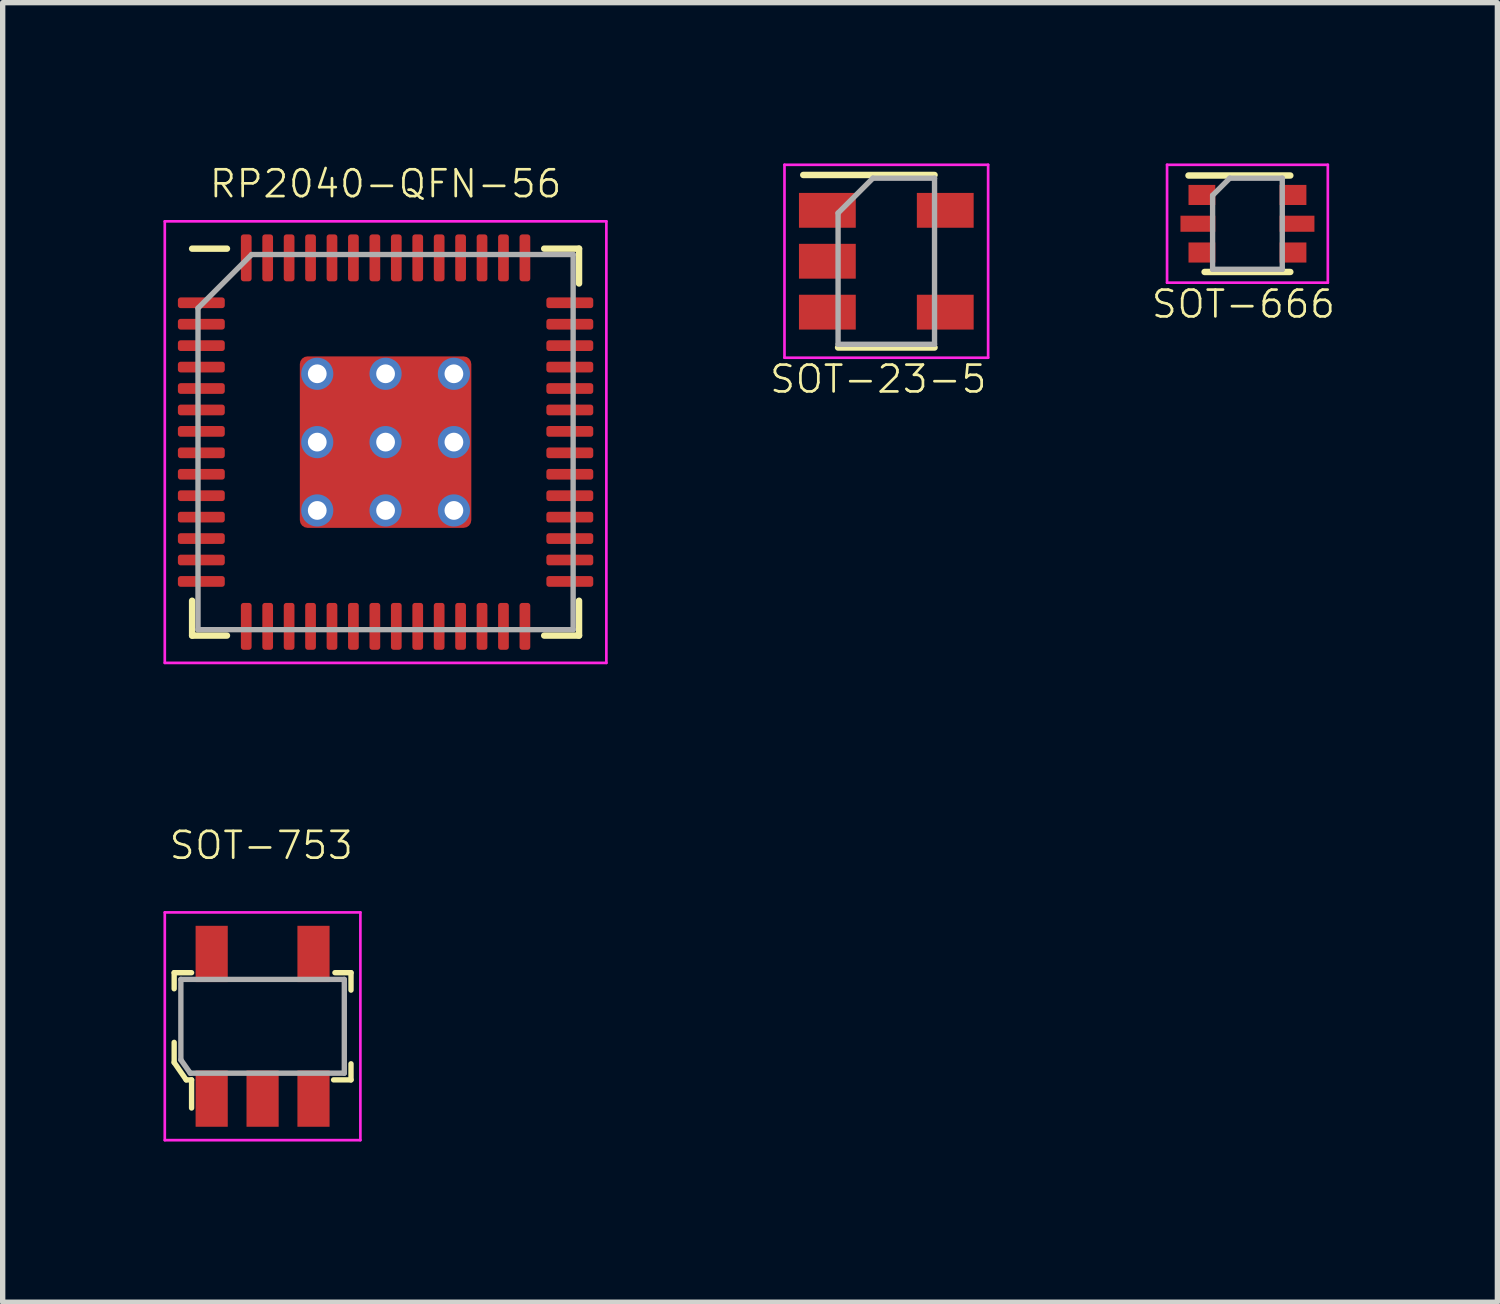
<source format=kicad_pcb>
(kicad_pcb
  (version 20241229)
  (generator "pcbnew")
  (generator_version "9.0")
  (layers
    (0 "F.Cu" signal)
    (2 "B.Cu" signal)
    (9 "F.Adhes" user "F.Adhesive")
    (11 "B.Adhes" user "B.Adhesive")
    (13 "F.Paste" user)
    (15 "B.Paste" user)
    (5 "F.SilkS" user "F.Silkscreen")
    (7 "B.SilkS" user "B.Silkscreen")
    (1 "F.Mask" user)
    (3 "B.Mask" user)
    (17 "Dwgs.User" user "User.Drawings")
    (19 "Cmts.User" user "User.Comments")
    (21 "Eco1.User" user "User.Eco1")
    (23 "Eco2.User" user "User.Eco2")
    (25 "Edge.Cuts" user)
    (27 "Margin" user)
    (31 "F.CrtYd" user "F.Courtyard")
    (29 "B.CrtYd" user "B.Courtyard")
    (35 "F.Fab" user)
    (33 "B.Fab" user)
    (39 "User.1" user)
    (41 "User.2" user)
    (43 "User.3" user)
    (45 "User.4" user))
  (footprint "SOT-666"
    (layer "F.Cu")
    (at 20.228 1.125)
    (property "Reference" "SOT-666" (at -0.075 1.5 0) (layer "F.SilkS") (effects (font (size 0.5 0.5) (thickness 0.05))))
    (attr smd)
    (fp_line (start -0.8 0.9) (end 0.8 0.9) (stroke (width 0.12) (type solid)) (layer "F.SilkS"))
    (fp_line (start 0.8 -0.9) (end -1.1 -0.9) (stroke (width 0.12) (type solid)) (layer "F.SilkS"))
    (fp_line (start -1.5 -1.1) (end -1.5 1.1) (stroke (width 0.05) (type solid)) (layer "F.CrtYd"))
    (fp_line (start -1.5 -1.1) (end 1.5 -1.1) (stroke (width 0.05) (type solid)) (layer "F.CrtYd"))
    (fp_line (start -1.5 1.1) (end 1.5 1.1) (stroke (width 0.05) (type solid)) (layer "F.CrtYd"))
    (fp_line (start 1.5 1.1) (end 1.5 -1.1) (stroke (width 0.05) (type solid)) (layer "F.CrtYd"))
    (fp_line (start -0.65 -0.53) (end -0.65 0.85) (stroke (width 0.1) (type solid)) (layer "F.Fab"))
    (fp_line (start -0.65 -0.53) (end -0.33 -0.85) (stroke (width 0.1) (type solid)) (layer "F.Fab"))
    (fp_line (start 0.65 -0.85) (end -0.33 -0.85) (stroke (width 0.1) (type solid)) (layer "F.Fab"))
    (fp_line (start 0.65 -0.85) (end 0.65 0.85) (stroke (width 0.1) (type solid)) (layer "F.Fab"))
    (fp_line (start 0.65 0.85) (end -0.65 0.85) (stroke (width 0.1) (type solid)) (layer "F.Fab"))
    (pad "1" smd rect (at -0.85 -0.537) (size 0.5 0.375) (layers "F.Cu" "F.Mask" "F.Paste"))
    (pad "2" smd rect (at -0.925 0) (size 0.65 0.3) (layers "F.Cu" "F.Mask" "F.Paste"))
    (pad "3" smd rect (at -0.85 0.537) (size 0.5 0.375) (layers "F.Cu" "F.Mask" "F.Paste"))
    (pad "4" smd rect (at 0.85 0.537) (size 0.5 0.375) (layers "F.Cu" "F.Mask" "F.Paste"))
    (pad "5" smd rect (at 0.925 0) (size 0.65 0.3) (layers "F.Cu" "F.Mask" "F.Paste"))
    (pad "6" smd rect (at 0.85 -0.537) (size 0.5 0.375) (layers "F.Cu" "F.Mask" "F.Paste")))
  (footprint "RP2040-QFN-56"
    (layer "F.Cu")
    (at 4.145 5.2)
    (property "Reference" "RP2040-QFN-56" (at 0 -4.82 0) (layer "F.SilkS") (effects (font (size 0.5 0.5) (thickness 0.05))))
    (attr smd)
    (fp_line (start -3.61 3.61) (end -3.61 2.96) (stroke (width 0.12) (type solid)) (layer "F.SilkS"))
    (fp_line (start -2.96 -3.61) (end -3.61 -3.61) (stroke (width 0.12) (type solid)) (layer "F.SilkS"))
    (fp_line (start -2.96 3.61) (end -3.61 3.61) (stroke (width 0.12) (type solid)) (layer "F.SilkS"))
    (fp_line (start 2.96 -3.61) (end 3.61 -3.61) (stroke (width 0.12) (type solid)) (layer "F.SilkS"))
    (fp_line (start 2.96 3.61) (end 3.61 3.61) (stroke (width 0.12) (type solid)) (layer "F.SilkS"))
    (fp_line (start 3.61 -3.61) (end 3.61 -2.96) (stroke (width 0.12) (type solid)) (layer "F.SilkS"))
    (fp_line (start 3.61 3.61) (end 3.61 2.96) (stroke (width 0.12) (type solid)) (layer "F.SilkS"))
    (fp_line (start -4.12 -4.12) (end -4.12 4.12) (stroke (width 0.05) (type solid)) (layer "F.CrtYd"))
    (fp_line (start -4.12 4.12) (end 4.12 4.12) (stroke (width 0.05) (type solid)) (layer "F.CrtYd"))
    (fp_line (start 4.12 -4.12) (end -4.12 -4.12) (stroke (width 0.05) (type solid)) (layer "F.CrtYd"))
    (fp_line (start 4.12 4.12) (end 4.12 -4.12) (stroke (width 0.05) (type solid)) (layer "F.CrtYd"))
    (fp_line (start -3.5 -2.5) (end -2.5 -3.5) (stroke (width 0.1) (type solid)) (layer "F.Fab"))
    (fp_line (start -3.5 3.5) (end -3.5 -2.5) (stroke (width 0.1) (type solid)) (layer "F.Fab"))
    (fp_line (start -2.5 -3.5) (end 3.5 -3.5) (stroke (width 0.1) (type solid)) (layer "F.Fab"))
    (fp_line (start 3.5 -3.5) (end 3.5 3.5) (stroke (width 0.1) (type solid)) (layer "F.Fab"))
    (fp_line (start 3.5 3.5) (end -3.5 3.5) (stroke (width 0.1) (type solid)) (layer "F.Fab"))
    (pad "" smd roundrect (at -0.637 -0.637) (size 1.084 1.084) (layers "F.Paste") (roundrect_rratio 0.231))
    (pad "" smd roundrect (at -0.637 0.637) (size 1.084 1.084) (layers "F.Paste") (roundrect_rratio 0.231))
    (pad "" smd roundrect (at 0.637 -0.637) (size 1.084 1.084) (layers "F.Paste") (roundrect_rratio 0.231))
    (pad "" smd roundrect (at 0.637 0.637) (size 1.084 1.084) (layers "F.Paste") (roundrect_rratio 0.231))
    (pad "1" smd roundrect (at -3.438 -2.6) (size 0.875 0.2) (layers "F.Cu" "F.Mask" "F.Paste") (roundrect_rratio 0.25))
    (pad "2" smd roundrect (at -3.438 -2.2) (size 0.875 0.2) (layers "F.Cu" "F.Mask" "F.Paste") (roundrect_rratio 0.25))
    (pad "3" smd roundrect (at -3.438 -1.8) (size 0.875 0.2) (layers "F.Cu" "F.Mask" "F.Paste") (roundrect_rratio 0.25))
    (pad "4" smd roundrect (at -3.438 -1.4) (size 0.875 0.2) (layers "F.Cu" "F.Mask" "F.Paste") (roundrect_rratio 0.25))
    (pad "5" smd roundrect (at -3.438 -1) (size 0.875 0.2) (layers "F.Cu" "F.Mask" "F.Paste") (roundrect_rratio 0.25))
    (pad "6" smd roundrect (at -3.438 -0.6) (size 0.875 0.2) (layers "F.Cu" "F.Mask" "F.Paste") (roundrect_rratio 0.25))
    (pad "7" smd roundrect (at -3.438 -0.2) (size 0.875 0.2) (layers "F.Cu" "F.Mask" "F.Paste") (roundrect_rratio 0.25))
    (pad "8" smd roundrect (at -3.438 0.2) (size 0.875 0.2) (layers "F.Cu" "F.Mask" "F.Paste") (roundrect_rratio 0.25))
    (pad "9" smd roundrect (at -3.438 0.6) (size 0.875 0.2) (layers "F.Cu" "F.Mask" "F.Paste") (roundrect_rratio 0.25))
    (pad "10" smd roundrect (at -3.438 1) (size 0.875 0.2) (layers "F.Cu" "F.Mask" "F.Paste") (roundrect_rratio 0.25))
    (pad "11" smd roundrect (at -3.438 1.4) (size 0.875 0.2) (layers "F.Cu" "F.Mask" "F.Paste") (roundrect_rratio 0.25))
    (pad "12" smd roundrect (at -3.438 1.8) (size 0.875 0.2) (layers "F.Cu" "F.Mask" "F.Paste") (roundrect_rratio 0.25))
    (pad "13" smd roundrect (at -3.438 2.2) (size 0.875 0.2) (layers "F.Cu" "F.Mask" "F.Paste") (roundrect_rratio 0.25))
    (pad "14" smd roundrect (at -3.438 2.6) (size 0.875 0.2) (layers "F.Cu" "F.Mask" "F.Paste") (roundrect_rratio 0.25))
    (pad "15" smd roundrect (at -2.6 3.438) (size 0.2 0.875) (layers "F.Cu" "F.Mask" "F.Paste") (roundrect_rratio 0.25))
    (pad "16" smd roundrect (at -2.2 3.438) (size 0.2 0.875) (layers "F.Cu" "F.Mask" "F.Paste") (roundrect_rratio 0.25))
    (pad "17" smd roundrect (at -1.8 3.438) (size 0.2 0.875) (layers "F.Cu" "F.Mask" "F.Paste") (roundrect_rratio 0.25))
    (pad "18" smd roundrect (at -1.4 3.438) (size 0.2 0.875) (layers "F.Cu" "F.Mask" "F.Paste") (roundrect_rratio 0.25))
    (pad "19" smd roundrect (at -1 3.438) (size 0.2 0.875) (layers "F.Cu" "F.Mask" "F.Paste") (roundrect_rratio 0.25))
    (pad "20" smd roundrect (at -0.6 3.438) (size 0.2 0.875) (layers "F.Cu" "F.Mask" "F.Paste") (roundrect_rratio 0.25))
    (pad "21" smd roundrect (at -0.2 3.438) (size 0.2 0.875) (layers "F.Cu" "F.Mask" "F.Paste") (roundrect_rratio 0.25))
    (pad "22" smd roundrect (at 0.2 3.438) (size 0.2 0.875) (layers "F.Cu" "F.Mask" "F.Paste") (roundrect_rratio 0.25))
    (pad "23" smd roundrect (at 0.6 3.438) (size 0.2 0.875) (layers "F.Cu" "F.Mask" "F.Paste") (roundrect_rratio 0.25))
    (pad "24" smd roundrect (at 1 3.438) (size 0.2 0.875) (layers "F.Cu" "F.Mask" "F.Paste") (roundrect_rratio 0.25))
    (pad "25" smd roundrect (at 1.4 3.438) (size 0.2 0.875) (layers "F.Cu" "F.Mask" "F.Paste") (roundrect_rratio 0.25))
    (pad "26" smd roundrect (at 1.8 3.438) (size 0.2 0.875) (layers "F.Cu" "F.Mask" "F.Paste") (roundrect_rratio 0.25))
    (pad "27" smd roundrect (at 2.2 3.438) (size 0.2 0.875) (layers "F.Cu" "F.Mask" "F.Paste") (roundrect_rratio 0.25))
    (pad "28" smd roundrect (at 2.6 3.438) (size 0.2 0.875) (layers "F.Cu" "F.Mask" "F.Paste") (roundrect_rratio 0.25))
    (pad "29" smd roundrect (at 3.438 2.6) (size 0.875 0.2) (layers "F.Cu" "F.Mask" "F.Paste") (roundrect_rratio 0.25))
    (pad "30" smd roundrect (at 3.438 2.2) (size 0.875 0.2) (layers "F.Cu" "F.Mask" "F.Paste") (roundrect_rratio 0.25))
    (pad "31" smd roundrect (at 3.438 1.8) (size 0.875 0.2) (layers "F.Cu" "F.Mask" "F.Paste") (roundrect_rratio 0.25))
    (pad "32" smd roundrect (at 3.438 1.4) (size 0.875 0.2) (layers "F.Cu" "F.Mask" "F.Paste") (roundrect_rratio 0.25))
    (pad "33" smd roundrect (at 3.438 1) (size 0.875 0.2) (layers "F.Cu" "F.Mask" "F.Paste") (roundrect_rratio 0.25))
    (pad "34" smd roundrect (at 3.438 0.6) (size 0.875 0.2) (layers "F.Cu" "F.Mask" "F.Paste") (roundrect_rratio 0.25))
    (pad "35" smd roundrect (at 3.438 0.2) (size 0.875 0.2) (layers "F.Cu" "F.Mask" "F.Paste") (roundrect_rratio 0.25))
    (pad "36" smd roundrect (at 3.438 -0.2) (size 0.875 0.2) (layers "F.Cu" "F.Mask" "F.Paste") (roundrect_rratio 0.25))
    (pad "37" smd roundrect (at 3.438 -0.6) (size 0.875 0.2) (layers "F.Cu" "F.Mask" "F.Paste") (roundrect_rratio 0.25))
    (pad "38" smd roundrect (at 3.438 -1) (size 0.875 0.2) (layers "F.Cu" "F.Mask" "F.Paste") (roundrect_rratio 0.25))
    (pad "39" smd roundrect (at 3.438 -1.4) (size 0.875 0.2) (layers "F.Cu" "F.Mask" "F.Paste") (roundrect_rratio 0.25))
    (pad "40" smd roundrect (at 3.438 -1.8) (size 0.875 0.2) (layers "F.Cu" "F.Mask" "F.Paste") (roundrect_rratio 0.25))
    (pad "41" smd roundrect (at 3.438 -2.2) (size 0.875 0.2) (layers "F.Cu" "F.Mask" "F.Paste") (roundrect_rratio 0.25))
    (pad "42" smd roundrect (at 3.438 -2.6) (size 0.875 0.2) (layers "F.Cu" "F.Mask" "F.Paste") (roundrect_rratio 0.25))
    (pad "43" smd roundrect (at 2.6 -3.438) (size 0.2 0.875) (layers "F.Cu" "F.Mask" "F.Paste") (roundrect_rratio 0.25))
    (pad "44" smd roundrect (at 2.2 -3.438) (size 0.2 0.875) (layers "F.Cu" "F.Mask" "F.Paste") (roundrect_rratio 0.25))
    (pad "45" smd roundrect (at 1.8 -3.438) (size 0.2 0.875) (layers "F.Cu" "F.Mask" "F.Paste") (roundrect_rratio 0.25))
    (pad "46" smd roundrect (at 1.4 -3.438) (size 0.2 0.875) (layers "F.Cu" "F.Mask" "F.Paste") (roundrect_rratio 0.25))
    (pad "47" smd roundrect (at 1 -3.438) (size 0.2 0.875) (layers "F.Cu" "F.Mask" "F.Paste") (roundrect_rratio 0.25))
    (pad "48" smd roundrect (at 0.6 -3.438) (size 0.2 0.875) (layers "F.Cu" "F.Mask" "F.Paste") (roundrect_rratio 0.25))
    (pad "49" smd roundrect (at 0.2 -3.438) (size 0.2 0.875) (layers "F.Cu" "F.Mask" "F.Paste") (roundrect_rratio 0.25))
    (pad "50" smd roundrect (at -0.2 -3.438) (size 0.2 0.875) (layers "F.Cu" "F.Mask" "F.Paste") (roundrect_rratio 0.25))
    (pad "51" smd roundrect (at -0.6 -3.438) (size 0.2 0.875) (layers "F.Cu" "F.Mask" "F.Paste") (roundrect_rratio 0.25))
    (pad "52" smd roundrect (at -1 -3.438) (size 0.2 0.875) (layers "F.Cu" "F.Mask" "F.Paste") (roundrect_rratio 0.25))
    (pad "53" smd roundrect (at -1.4 -3.438) (size 0.2 0.875) (layers "F.Cu" "F.Mask" "F.Paste") (roundrect_rratio 0.25))
    (pad "54" smd roundrect (at -1.8 -3.438) (size 0.2 0.875) (layers "F.Cu" "F.Mask" "F.Paste") (roundrect_rratio 0.25))
    (pad "55" smd roundrect (at -2.2 -3.438) (size 0.2 0.875) (layers "F.Cu" "F.Mask" "F.Paste") (roundrect_rratio 0.25))
    (pad "56" smd roundrect (at -2.6 -3.438) (size 0.2 0.875) (layers "F.Cu" "F.Mask" "F.Paste") (roundrect_rratio 0.25))
    (pad "57" thru_hole circle (at -1.275 -1.275) (size 0.6 0.6) (drill 0.35) (layers "*.Cu"))
    (pad "57" thru_hole circle (at -1.275 0) (size 0.6 0.6) (drill 0.35) (layers "*.Cu"))
    (pad "57" thru_hole circle (at -1.275 1.275) (size 0.6 0.6) (drill 0.35) (layers "*.Cu"))
    (pad "57" thru_hole circle (at 0 -1.275) (size 0.6 0.6) (drill 0.35) (layers "*.Cu"))
    (pad "57" thru_hole circle (at 0 0) (size 0.6 0.6) (drill 0.35) (layers "*.Cu"))
    (pad "57" smd roundrect (at 0 0) (size 3.2 3.2) (layers "F.Cu" "F.Mask") (roundrect_rratio 0.045))
    (pad "57" thru_hole circle (at 0 1.275) (size 0.6 0.6) (drill 0.35) (layers "*.Cu"))
    (pad "57" thru_hole circle (at 1.275 -1.275) (size 0.6 0.6) (drill 0.35) (layers "*.Cu"))
    (pad "57" thru_hole circle (at 1.275 0) (size 0.6 0.6) (drill 0.35) (layers "*.Cu"))
    (pad "57" thru_hole circle (at 1.275 1.275) (size 0.6 0.6) (drill 0.35) (layers "*.Cu")))
  (footprint "SOT-753"
    (layer "F.Cu")
    (at 1.85 16.101)
    (property "Reference" "SOT-753" (at -0.025 -3.375 0) (layer "F.SilkS") (effects (font (size 0.5 0.5) (thickness 0.05))))
    (attr smd)
    (fp_line (start -1.65 -1) (end -1.65 -0.7) (stroke (width 0.1) (type solid)) (layer "F.SilkS"))
    (fp_line (start -1.65 0.675) (end -1.65 0.3) (stroke (width 0.1) (type solid)) (layer "F.SilkS"))
    (fp_line (start -1.65 0.675) (end -1.425 1) (stroke (width 0.1) (type solid)) (layer "F.SilkS"))
    (fp_line (start -1.425 1) (end -1.325 1) (stroke (width 0.1) (type solid)) (layer "F.SilkS"))
    (fp_line (start -1.325 -1) (end -1.65 -1) (stroke (width 0.1) (type solid)) (layer "F.SilkS"))
    (fp_line (start -1.325 1) (end -1.325 1.525) (stroke (width 0.1) (type solid)) (layer "F.SilkS"))
    (fp_line (start 1.325 1) (end 1.65 1) (stroke (width 0.1) (type solid)) (layer "F.SilkS"))
    (fp_line (start 1.35 -1) (end 1.65 -1) (stroke (width 0.1) (type solid)) (layer "F.SilkS"))
    (fp_line (start 1.65 -1) (end 1.65 -0.675) (stroke (width 0.1) (type solid)) (layer "F.SilkS"))
    (fp_line (start 1.65 1) (end 1.65 0.7) (stroke (width 0.1) (type solid)) (layer "F.SilkS"))
    (fp_line (start -1.825 -2.125) (end 1.825 -2.125) (stroke (width 0.05) (type solid)) (layer "F.CrtYd"))
    (fp_line (start -1.825 2.125) (end -1.825 -2.125) (stroke (width 0.05) (type solid)) (layer "F.CrtYd"))
    (fp_line (start 1.825 -2.125) (end 1.825 2.125) (stroke (width 0.05) (type solid)) (layer "F.CrtYd"))
    (fp_line (start 1.825 2.125) (end -1.825 2.125) (stroke (width 0.05) (type solid)) (layer "F.CrtYd"))
    (fp_line (start -1.525 -0.875) (end 1.525 -0.875) (stroke (width 0.1) (type solid)) (layer "F.Fab"))
    (fp_line (start -1.525 0.625) (end -1.525 -0.875) (stroke (width 0.1) (type solid)) (layer "F.Fab"))
    (fp_line (start -1.525 0.625) (end -1.35 0.875) (stroke (width 0.1) (type solid)) (layer "F.Fab"))
    (fp_line (start -1.35 0.875) (end 1.525 0.875) (stroke (width 0.1) (type solid)) (layer "F.Fab"))
    (fp_line (start 1.525 -0.875) (end 1.525 0.875) (stroke (width 0.1) (type solid)) (layer "F.Fab"))
    (pad "1" smd rect (at -0.95 1.35) (size 0.6 1.05) (layers "F.Cu" "F.Mask" "F.Paste"))
    (pad "2" smd rect (at 0 1.35) (size 0.6 1.05) (layers "F.Cu" "F.Mask" "F.Paste"))
    (pad "3" smd rect (at 0.95 1.35) (size 0.6 1.05) (layers "F.Cu" "F.Mask" "F.Paste"))
    (pad "4" smd rect (at 0.95 -1.35) (size 0.6 1.05) (layers "F.Cu" "F.Mask" "F.Paste"))
    (pad "5" smd rect (at -0.95 -1.35) (size 0.6 1.05) (layers "F.Cu" "F.Mask" "F.Paste")))
  (footprint "SOT-23-5"
    (layer "F.Cu")
    (at 13.489 1.825)
    (property "Reference" "SOT-23-5" (at -0.15 2.2 0) (layer "F.SilkS") (effects (font (size 0.5 0.5) (thickness 0.05))))
    (attr smd)
    (fp_line (start -0.9 1.61) (end 0.9 1.61) (stroke (width 0.12) (type solid)) (layer "F.SilkS"))
    (fp_line (start 0.9 -1.61) (end -1.55 -1.61) (stroke (width 0.12) (type solid)) (layer "F.SilkS"))
    (fp_line (start -1.9 -1.8) (end 1.9 -1.8) (stroke (width 0.05) (type solid)) (layer "F.CrtYd"))
    (fp_line (start -1.9 1.8) (end -1.9 -1.8) (stroke (width 0.05) (type solid)) (layer "F.CrtYd"))
    (fp_line (start 1.9 -1.8) (end 1.9 1.8) (stroke (width 0.05) (type solid)) (layer "F.CrtYd"))
    (fp_line (start 1.9 1.8) (end -1.9 1.8) (stroke (width 0.05) (type solid)) (layer "F.CrtYd"))
    (fp_line (start -0.9 -0.9) (end -0.9 1.55) (stroke (width 0.1) (type solid)) (layer "F.Fab"))
    (fp_line (start -0.9 -0.9) (end -0.25 -1.55) (stroke (width 0.1) (type solid)) (layer "F.Fab"))
    (fp_line (start 0.9 -1.55) (end -0.25 -1.55) (stroke (width 0.1) (type solid)) (layer "F.Fab"))
    (fp_line (start 0.9 -1.55) (end 0.9 1.55) (stroke (width 0.1) (type solid)) (layer "F.Fab"))
    (fp_line (start 0.9 1.55) (end -0.9 1.55) (stroke (width 0.1) (type solid)) (layer "F.Fab"))
    (pad "1" smd rect (at -1.1 -0.95) (size 1.06 0.65) (layers "F.Cu" "F.Mask" "F.Paste"))
    (pad "2" smd rect (at -1.1 0) (size 1.06 0.65) (layers "F.Cu" "F.Mask" "F.Paste"))
    (pad "3" smd rect (at -1.1 0.95) (size 1.06 0.65) (layers "F.Cu" "F.Mask" "F.Paste"))
    (pad "4" smd rect (at 1.1 0.95) (size 1.06 0.65) (layers "F.Cu" "F.Mask" "F.Paste"))
    (pad "5" smd rect (at 1.1 -0.95) (size 1.06 0.65) (layers "F.Cu" "F.Mask" "F.Paste")))
  (gr_rect
    (start -3 -3)
    (end 24.892 21.25)
    (stroke (width 0.1) (type default))
    (fill no)
    (layer "Edge.Cuts")))
</source>
